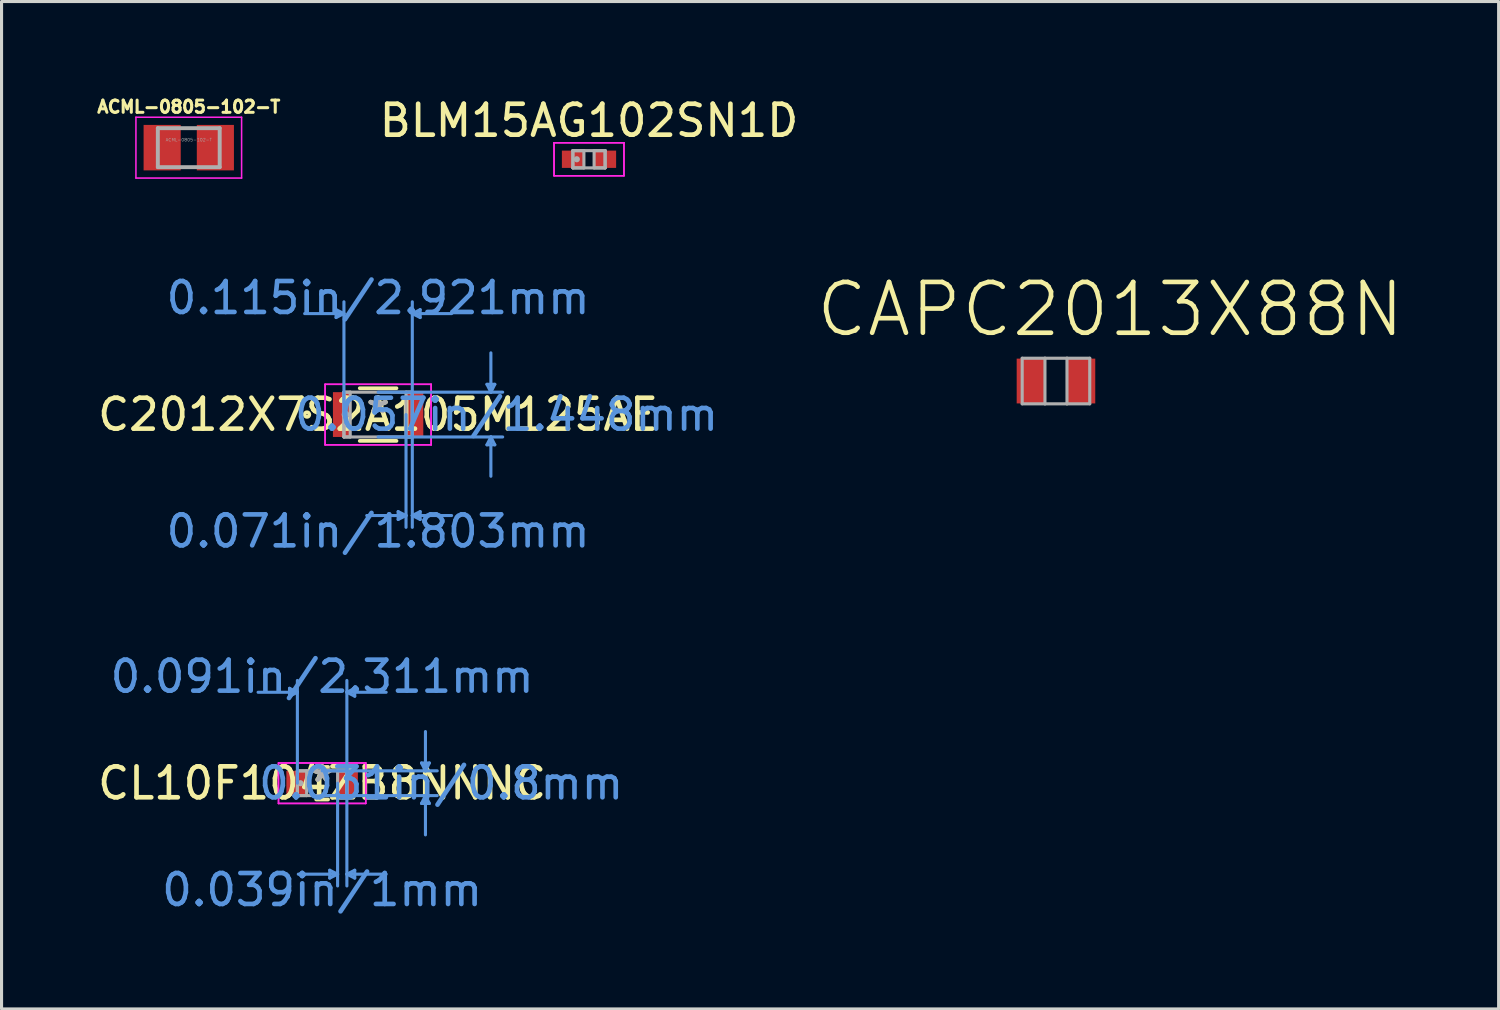
<source format=kicad_pcb>
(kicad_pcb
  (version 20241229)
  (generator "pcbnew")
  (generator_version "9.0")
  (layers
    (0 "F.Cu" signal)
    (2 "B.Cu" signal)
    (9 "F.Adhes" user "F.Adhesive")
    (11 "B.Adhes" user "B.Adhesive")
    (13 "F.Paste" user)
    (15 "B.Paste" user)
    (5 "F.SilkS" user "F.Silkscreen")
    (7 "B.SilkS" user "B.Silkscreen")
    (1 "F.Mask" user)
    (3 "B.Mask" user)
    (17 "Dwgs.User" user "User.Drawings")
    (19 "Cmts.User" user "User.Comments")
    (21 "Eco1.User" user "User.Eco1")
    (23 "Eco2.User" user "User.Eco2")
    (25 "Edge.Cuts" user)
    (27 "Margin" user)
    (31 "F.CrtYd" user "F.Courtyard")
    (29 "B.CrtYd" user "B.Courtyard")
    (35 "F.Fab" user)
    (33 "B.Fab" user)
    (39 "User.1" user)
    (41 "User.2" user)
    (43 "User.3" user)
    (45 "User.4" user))
  (footprint "BLM15AG102SN1D"
    (layer "F.Cu")
    (at 15.99 2.098)
    (property "Reference" "BLM15AG102SN1D" (at 0 -1.25 0) (layer "F.SilkS") (effects (font (size 1 1) (thickness 0.15))))
    (attr through_hole)
    (fp_line (start -1.13 -0.533) (end 1.13 -0.533) (stroke (width 0.05) (type solid)) (layer "F.CrtYd"))
    (fp_line (start -1.13 -0.533) (end 1.13 -0.533) (stroke (width 0.05) (type solid)) (layer "F.CrtYd"))
    (fp_line (start -1.13 0.533) (end -1.13 -0.533) (stroke (width 0.05) (type solid)) (layer "F.CrtYd"))
    (fp_line (start -1.13 0.533) (end -1.13 -0.533) (stroke (width 0.05) (type solid)) (layer "F.CrtYd"))
    (fp_line (start 1.13 -0.533) (end 1.13 0.533) (stroke (width 0.05) (type solid)) (layer "F.CrtYd"))
    (fp_line (start 1.13 -0.533) (end 1.13 0.533) (stroke (width 0.05) (type solid)) (layer "F.CrtYd"))
    (fp_line (start 1.13 0.533) (end -1.13 0.533) (stroke (width 0.05) (type solid)) (layer "F.CrtYd"))
    (fp_line (start 1.13 0.533) (end -1.13 0.533) (stroke (width 0.05) (type solid)) (layer "F.CrtYd"))
    (fp_line (start -0.521 -0.279) (end -0.521 0.279) (stroke (width 0.1) (type solid)) (layer "F.Fab"))
    (fp_line (start -0.521 -0.279) (end -0.521 0.279) (stroke (width 0.1) (type solid)) (layer "F.Fab"))
    (fp_line (start -0.521 0.279) (end -0.165 0.279) (stroke (width 0.1) (type solid)) (layer "F.Fab"))
    (fp_line (start -0.521 0.279) (end 0.521 0.279) (stroke (width 0.1) (type solid)) (layer "F.Fab"))
    (fp_line (start -0.165 -0.279) (end -0.521 -0.279) (stroke (width 0.1) (type solid)) (layer "F.Fab"))
    (fp_line (start -0.165 0.279) (end -0.165 -0.279) (stroke (width 0.1) (type solid)) (layer "F.Fab"))
    (fp_line (start 0.165 -0.279) (end 0.165 0.279) (stroke (width 0.1) (type solid)) (layer "F.Fab"))
    (fp_line (start 0.165 0.279) (end 0.521 0.279) (stroke (width 0.1) (type solid)) (layer "F.Fab"))
    (fp_line (start 0.521 -0.279) (end -0.521 -0.279) (stroke (width 0.1) (type solid)) (layer "F.Fab"))
    (fp_line (start 0.521 -0.279) (end 0.165 -0.279) (stroke (width 0.1) (type solid)) (layer "F.Fab"))
    (fp_line (start 0.521 0.279) (end 0.521 -0.279) (stroke (width 0.1) (type solid)) (layer "F.Fab"))
    (fp_line (start 0.521 0.279) (end 0.521 -0.279) (stroke (width 0.1) (type solid)) (layer "F.Fab"))
    (fp_circle (center -0.394 0) (end -0.394 0) (stroke (width 0.1) (type solid)) (fill no) (layer "F.Fab"))
    (pad "1" smd rect (at -0.521 0) (size 0.711 0.559) (layers "F.Cu" "F.Mask" "F.Paste"))
    (pad "2" smd rect (at 0.521 0) (size 0.711 0.559) (layers "F.Cu" "F.Mask" "F.Paste")))
  (footprint "CL10F104ZB8NNNC"
    (layer "F.Cu")
    (at 7.363 22.268)
    (property "Reference" "CL10F104ZB8NNNC" (at 0 0 0) (layer "F.SilkS") (effects (font (size 1 1) (thickness 0.15))))
    (attr through_hole)
    (fp_line (start -0.192 0.527) (end 0.192 0.527) (stroke (width 0.12) (type solid)) (layer "F.SilkS"))
    (fp_line (start 0.192 -0.527) (end -0.192 -0.527) (stroke (width 0.12) (type solid)) (layer "F.SilkS"))
    (fp_line (start -1.054 -3.067) (end -1.054 -2.813) (stroke (width 0.1) (type solid)) (layer "Cmts.User"))
    (fp_line (start -0.8 -2.94) (end -2.07 -2.94) (stroke (width 0.1) (type solid)) (layer "Cmts.User"))
    (fp_line (start -0.8 -2.94) (end -1.054 -3.067) (stroke (width 0.1) (type solid)) (layer "Cmts.User"))
    (fp_line (start -0.8 -2.94) (end -1.054 -2.813) (stroke (width 0.1) (type solid)) (layer "Cmts.User"))
    (fp_line (start -0.8 0) (end -0.8 -3.321) (stroke (width 0.1) (type solid)) (layer "Cmts.User"))
    (fp_line (start 0 -0.4) (end 3.721 -0.4) (stroke (width 0.1) (type solid)) (layer "Cmts.User"))
    (fp_line (start 0 0.4) (end 3.721 0.4) (stroke (width 0.1) (type solid)) (layer "Cmts.User"))
    (fp_line (start 0.246 2.813) (end 0.246 3.067) (stroke (width 0.1) (type solid)) (layer "Cmts.User"))
    (fp_line (start 0.5 0) (end 0.5 3.321) (stroke (width 0.1) (type solid)) (layer "Cmts.User"))
    (fp_line (start 0.5 2.94) (end -0.77 2.94) (stroke (width 0.1) (type solid)) (layer "Cmts.User"))
    (fp_line (start 0.5 2.94) (end 0.246 2.813) (stroke (width 0.1) (type solid)) (layer "Cmts.User"))
    (fp_line (start 0.5 2.94) (end 0.246 3.067) (stroke (width 0.1) (type solid)) (layer "Cmts.User"))
    (fp_line (start 0.8 -2.94) (end 1.054 -3.067) (stroke (width 0.1) (type solid)) (layer "Cmts.User"))
    (fp_line (start 0.8 -2.94) (end 1.054 -2.813) (stroke (width 0.1) (type solid)) (layer "Cmts.User"))
    (fp_line (start 0.8 -2.94) (end 2.07 -2.94) (stroke (width 0.1) (type solid)) (layer "Cmts.User"))
    (fp_line (start 0.8 0) (end 0.8 -3.321) (stroke (width 0.1) (type solid)) (layer "Cmts.User"))
    (fp_line (start 0.8 0) (end 0.8 3.321) (stroke (width 0.1) (type solid)) (layer "Cmts.User"))
    (fp_line (start 0.8 2.94) (end 1.054 2.813) (stroke (width 0.1) (type solid)) (layer "Cmts.User"))
    (fp_line (start 0.8 2.94) (end 1.054 3.067) (stroke (width 0.1) (type solid)) (layer "Cmts.User"))
    (fp_line (start 0.8 2.94) (end 2.07 2.94) (stroke (width 0.1) (type solid)) (layer "Cmts.User"))
    (fp_line (start 1.054 -3.067) (end 1.054 -2.813) (stroke (width 0.1) (type solid)) (layer "Cmts.User"))
    (fp_line (start 1.054 2.813) (end 1.054 3.067) (stroke (width 0.1) (type solid)) (layer "Cmts.User"))
    (fp_line (start 3.213 -0.654) (end 3.467 -0.654) (stroke (width 0.1) (type solid)) (layer "Cmts.User"))
    (fp_line (start 3.213 0.654) (end 3.467 0.654) (stroke (width 0.1) (type solid)) (layer "Cmts.User"))
    (fp_line (start 3.34 -0.4) (end 3.213 -0.654) (stroke (width 0.1) (type solid)) (layer "Cmts.User"))
    (fp_line (start 3.34 -0.4) (end 3.34 -1.67) (stroke (width 0.1) (type solid)) (layer "Cmts.User"))
    (fp_line (start 3.34 -0.4) (end 3.467 -0.654) (stroke (width 0.1) (type solid)) (layer "Cmts.User"))
    (fp_line (start 3.34 0.4) (end 3.213 0.654) (stroke (width 0.1) (type solid)) (layer "Cmts.User"))
    (fp_line (start 3.34 0.4) (end 3.34 1.67) (stroke (width 0.1) (type solid)) (layer "Cmts.User"))
    (fp_line (start 3.34 0.4) (end 3.467 0.654) (stroke (width 0.1) (type solid)) (layer "Cmts.User"))
    (fp_line (start -1.41 -0.654) (end 1.41 -0.654) (stroke (width 0.05) (type solid)) (layer "F.CrtYd"))
    (fp_line (start -1.41 -0.654) (end 1.41 -0.654) (stroke (width 0.05) (type solid)) (layer "F.CrtYd"))
    (fp_line (start -1.41 0.654) (end -1.41 -0.654) (stroke (width 0.05) (type solid)) (layer "F.CrtYd"))
    (fp_line (start -1.41 0.654) (end -1.41 -0.654) (stroke (width 0.05) (type solid)) (layer "F.CrtYd"))
    (fp_line (start 1.41 -0.654) (end 1.41 0.654) (stroke (width 0.05) (type solid)) (layer "F.CrtYd"))
    (fp_line (start 1.41 -0.654) (end 1.41 0.654) (stroke (width 0.05) (type solid)) (layer "F.CrtYd"))
    (fp_line (start 1.41 0.654) (end -1.41 0.654) (stroke (width 0.05) (type solid)) (layer "F.CrtYd"))
    (fp_line (start 1.41 0.654) (end -1.41 0.654) (stroke (width 0.05) (type solid)) (layer "F.CrtYd"))
    (fp_line (start -0.8 -0.4) (end -0.8 0.4) (stroke (width 0.1) (type solid)) (layer "F.Fab"))
    (fp_line (start -0.8 -0.4) (end -0.8 0.4) (stroke (width 0.1) (type solid)) (layer "F.Fab"))
    (fp_line (start -0.8 0.4) (end -0.5 0.4) (stroke (width 0.1) (type solid)) (layer "F.Fab"))
    (fp_line (start -0.8 0.4) (end 0.8 0.4) (stroke (width 0.1) (type solid)) (layer "F.Fab"))
    (fp_line (start -0.5 -0.4) (end -0.8 -0.4) (stroke (width 0.1) (type solid)) (layer "F.Fab"))
    (fp_line (start -0.5 0.4) (end -0.5 -0.4) (stroke (width 0.1) (type solid)) (layer "F.Fab"))
    (fp_line (start 0.5 -0.4) (end 0.5 0.4) (stroke (width 0.1) (type solid)) (layer "F.Fab"))
    (fp_line (start 0.5 0.4) (end 0.8 0.4) (stroke (width 0.1) (type solid)) (layer "F.Fab"))
    (fp_line (start 0.8 -0.4) (end -0.8 -0.4) (stroke (width 0.1) (type solid)) (layer "F.Fab"))
    (fp_line (start 0.8 -0.4) (end 0.5 -0.4) (stroke (width 0.1) (type solid)) (layer "F.Fab"))
    (fp_line (start 0.8 0.4) (end 0.8 -0.4) (stroke (width 0.1) (type solid)) (layer "F.Fab"))
    (fp_line (start 0.8 0.4) (end 0.8 -0.4) (stroke (width 0.1) (type solid)) (layer "F.Fab"))
    (fp_circle (center -0.701 0) (end -0.701 0) (stroke (width 0.1) (type solid)) (fill no) (layer "F.Fab"))
    (fp_text user "*" (at 0 0 0) (layer "F.SilkS") (effects (font (size 1 1) (thickness 0.15))))
    (fp_text user "0.031in/0.8mm" (at 3.848 0 0) (layer "Cmts.User") (effects (font (size 1 1) (thickness 0.15))))
    (fp_text user "0.091in/2.311mm" (at 0 -3.448 0) (layer "Cmts.User") (effects (font (size 1 1) (thickness 0.15))))
    (fp_text user "0.039in/1mm" (at 0 3.448 0) (layer "Cmts.User") (effects (font (size 1 1) (thickness 0.15))))
    (fp_text user "*" (at 0 0 0) (layer "F.Fab") (effects (font (size 1 1) (thickness 0.15))))
    (pad "1" smd rect (at -0.828 0) (size 0.656 0.8) (layers "F.Cu" "F.Mask" "F.Paste"))
    (pad "2" smd rect (at 0.828 0) (size 0.656 0.8) (layers "F.Cu" "F.Mask" "F.Paste")))
  (footprint "CAPC2013X88N"
    (layer "F.Cu")
    (at 31.085 9.267)
    (property "Reference" "CAPC2013X88N" (at 1.754 -2.313 0) (layer "F.SilkS") (effects (font (size 1.641 1.641) (thickness 0.15))))
    (attr through_hole)
    (fp_line (start -1.092 -0.737) (end -1.092 0.737) (stroke (width 0.1) (type solid)) (layer "F.Fab"))
    (fp_line (start -1.092 0.737) (end -0.356 0.737) (stroke (width 0.1) (type solid)) (layer "F.Fab"))
    (fp_line (start -0.356 -0.737) (end -1.092 -0.737) (stroke (width 0.1) (type solid)) (layer "F.Fab"))
    (fp_line (start -0.356 0.737) (end -0.356 -0.737) (stroke (width 0.1) (type solid)) (layer "F.Fab"))
    (fp_line (start -0.356 0.737) (end 0.356 0.737) (stroke (width 0.1) (type solid)) (layer "F.Fab"))
    (fp_line (start 0.356 -0.737) (end -0.356 -0.737) (stroke (width 0.1) (type solid)) (layer "F.Fab"))
    (fp_line (start 0.356 -0.737) (end 0.356 0.737) (stroke (width 0.1) (type solid)) (layer "F.Fab"))
    (fp_line (start 0.356 0.737) (end 1.092 0.737) (stroke (width 0.1) (type solid)) (layer "F.Fab"))
    (fp_line (start 1.092 -0.737) (end 0.356 -0.737) (stroke (width 0.1) (type solid)) (layer "F.Fab"))
    (fp_line (start 1.092 0.737) (end 1.092 -0.737) (stroke (width 0.1) (type solid)) (layer "F.Fab"))
    (pad "1" smd rect (at -0.813 0) (size 0.914 1.448) (layers "F.Cu" "F.Mask" "F.Paste"))
    (pad "2" smd rect (at 0.813 0) (size 0.914 1.448) (layers "F.Cu" "F.Mask" "F.Paste")))
  (footprint "C2012X7S2A105M125AE"
    (layer "F.Cu")
    (at 9.173 10.351)
    (property "Reference" "C2012X7S2A105M125AE" (at 0 0 0) (layer "F.SilkS") (effects (font (size 1 1) (thickness 0.15))))
    (attr through_hole)
    (fp_line (start -0.594 0.851) (end 0.594 0.851) (stroke (width 0.12) (type solid)) (layer "F.SilkS"))
    (fp_line (start 0.594 -0.851) (end -0.594 -0.851) (stroke (width 0.12) (type solid)) (layer "F.SilkS"))
    (fp_circle (center -2.299 0) (end -2.223 0) (stroke (width 0.12) (type solid)) (fill no) (layer "F.SilkS"))
    (fp_line (start -1.359 -3.391) (end -1.359 -3.137) (stroke (width 0.1) (type solid)) (layer "Cmts.User"))
    (fp_line (start -1.105 -3.264) (end -2.375 -3.264) (stroke (width 0.1) (type solid)) (layer "Cmts.User"))
    (fp_line (start -1.105 -3.264) (end -1.359 -3.391) (stroke (width 0.1) (type solid)) (layer "Cmts.User"))
    (fp_line (start -1.105 -3.264) (end -1.359 -3.137) (stroke (width 0.1) (type solid)) (layer "Cmts.User"))
    (fp_line (start -1.105 0) (end -1.105 -3.645) (stroke (width 0.1) (type solid)) (layer "Cmts.User"))
    (fp_line (start 0 -0.724) (end 4.026 -0.724) (stroke (width 0.1) (type solid)) (layer "Cmts.User"))
    (fp_line (start 0 0.724) (end 4.026 0.724) (stroke (width 0.1) (type solid)) (layer "Cmts.User"))
    (fp_line (start 0.648 3.137) (end 0.648 3.391) (stroke (width 0.1) (type solid)) (layer "Cmts.User"))
    (fp_line (start 0.902 0) (end 0.902 3.645) (stroke (width 0.1) (type solid)) (layer "Cmts.User"))
    (fp_line (start 0.902 3.264) (end -0.368 3.264) (stroke (width 0.1) (type solid)) (layer "Cmts.User"))
    (fp_line (start 0.902 3.264) (end 0.648 3.137) (stroke (width 0.1) (type solid)) (layer "Cmts.User"))
    (fp_line (start 0.902 3.264) (end 0.648 3.391) (stroke (width 0.1) (type solid)) (layer "Cmts.User"))
    (fp_line (start 1.105 -3.264) (end 1.359 -3.391) (stroke (width 0.1) (type solid)) (layer "Cmts.User"))
    (fp_line (start 1.105 -3.264) (end 1.359 -3.137) (stroke (width 0.1) (type solid)) (layer "Cmts.User"))
    (fp_line (start 1.105 -3.264) (end 2.375 -3.264) (stroke (width 0.1) (type solid)) (layer "Cmts.User"))
    (fp_line (start 1.105 0) (end 1.105 -3.645) (stroke (width 0.1) (type solid)) (layer "Cmts.User"))
    (fp_line (start 1.105 0) (end 1.105 3.645) (stroke (width 0.1) (type solid)) (layer "Cmts.User"))
    (fp_line (start 1.105 3.264) (end 1.359 3.137) (stroke (width 0.1) (type solid)) (layer "Cmts.User"))
    (fp_line (start 1.105 3.264) (end 1.359 3.391) (stroke (width 0.1) (type solid)) (layer "Cmts.User"))
    (fp_line (start 1.105 3.264) (end 2.375 3.264) (stroke (width 0.1) (type solid)) (layer "Cmts.User"))
    (fp_line (start 1.359 -3.391) (end 1.359 -3.137) (stroke (width 0.1) (type solid)) (layer "Cmts.User"))
    (fp_line (start 1.359 3.137) (end 1.359 3.391) (stroke (width 0.1) (type solid)) (layer "Cmts.User"))
    (fp_line (start 3.518 -0.978) (end 3.772 -0.978) (stroke (width 0.1) (type solid)) (layer "Cmts.User"))
    (fp_line (start 3.518 0.978) (end 3.772 0.978) (stroke (width 0.1) (type solid)) (layer "Cmts.User"))
    (fp_line (start 3.645 -0.724) (end 3.518 -0.978) (stroke (width 0.1) (type solid)) (layer "Cmts.User"))
    (fp_line (start 3.645 -0.724) (end 3.645 -1.994) (stroke (width 0.1) (type solid)) (layer "Cmts.User"))
    (fp_line (start 3.645 -0.724) (end 3.772 -0.978) (stroke (width 0.1) (type solid)) (layer "Cmts.User"))
    (fp_line (start 3.645 0.724) (end 3.518 0.978) (stroke (width 0.1) (type solid)) (layer "Cmts.User"))
    (fp_line (start 3.645 0.724) (end 3.645 1.994) (stroke (width 0.1) (type solid)) (layer "Cmts.User"))
    (fp_line (start 3.645 0.724) (end 3.772 0.978) (stroke (width 0.1) (type solid)) (layer "Cmts.User"))
    (fp_line (start -1.714 -0.978) (end 1.714 -0.978) (stroke (width 0.05) (type solid)) (layer "F.CrtYd"))
    (fp_line (start -1.714 -0.978) (end 1.714 -0.978) (stroke (width 0.05) (type solid)) (layer "F.CrtYd"))
    (fp_line (start -1.714 0.978) (end -1.714 -0.978) (stroke (width 0.05) (type solid)) (layer "F.CrtYd"))
    (fp_line (start -1.714 0.978) (end -1.714 -0.978) (stroke (width 0.05) (type solid)) (layer "F.CrtYd"))
    (fp_line (start 1.714 -0.978) (end 1.714 0.978) (stroke (width 0.05) (type solid)) (layer "F.CrtYd"))
    (fp_line (start 1.714 -0.978) (end 1.714 0.978) (stroke (width 0.05) (type solid)) (layer "F.CrtYd"))
    (fp_line (start 1.714 0.978) (end -1.714 0.978) (stroke (width 0.05) (type solid)) (layer "F.CrtYd"))
    (fp_line (start 1.714 0.978) (end -1.714 0.978) (stroke (width 0.05) (type solid)) (layer "F.CrtYd"))
    (fp_line (start -1.105 -0.724) (end -1.105 0.724) (stroke (width 0.1) (type solid)) (layer "F.Fab"))
    (fp_line (start -1.105 -0.724) (end -1.105 0.724) (stroke (width 0.1) (type solid)) (layer "F.Fab"))
    (fp_line (start -1.105 0.724) (end -0.902 0.724) (stroke (width 0.1) (type solid)) (layer "F.Fab"))
    (fp_line (start -1.105 0.724) (end 1.105 0.724) (stroke (width 0.1) (type solid)) (layer "F.Fab"))
    (fp_line (start -0.902 -0.724) (end -1.105 -0.724) (stroke (width 0.1) (type solid)) (layer "F.Fab"))
    (fp_line (start -0.902 0.724) (end -0.902 -0.724) (stroke (width 0.1) (type solid)) (layer "F.Fab"))
    (fp_line (start 0.902 -0.724) (end 0.902 0.724) (stroke (width 0.1) (type solid)) (layer "F.Fab"))
    (fp_line (start 0.902 0.724) (end 1.105 0.724) (stroke (width 0.1) (type solid)) (layer "F.Fab"))
    (fp_line (start 1.105 -0.724) (end -1.105 -0.724) (stroke (width 0.1) (type solid)) (layer "F.Fab"))
    (fp_line (start 1.105 -0.724) (end 0.902 -0.724) (stroke (width 0.1) (type solid)) (layer "F.Fab"))
    (fp_line (start 1.105 0.724) (end 1.105 -0.724) (stroke (width 0.1) (type solid)) (layer "F.Fab"))
    (fp_line (start 1.105 0.724) (end 1.105 -0.724) (stroke (width 0.1) (type solid)) (layer "F.Fab"))
    (fp_circle (center -1.054 0) (end -0.978 0) (stroke (width 0.1) (type solid)) (fill no) (layer "F.Fab"))
    (fp_text user "*" (at 0 0 0) (layer "F.SilkS") (effects (font (size 1 1) (thickness 0.15))))
    (fp_text user "0.115in/2.921mm" (at 0 -3.772 0) (layer "Cmts.User") (effects (font (size 1 1) (thickness 0.15))))
    (fp_text user "0.071in/1.803mm" (at 0 3.772 0) (layer "Cmts.User") (effects (font (size 1 1) (thickness 0.15))))
    (fp_text user "0.057in/1.448mm" (at 4.153 0 0) (layer "Cmts.User") (effects (font (size 1 1) (thickness 0.15))))
    (fp_text user "*" (at 0 0 0) (layer "F.Fab") (effects (font (size 1 1) (thickness 0.15))))
    (pad "1" smd rect (at -1.181 0) (size 0.559 1.448) (layers "F.Cu" "F.Mask" "F.Paste"))
    (pad "2" smd rect (at 1.181 0) (size 0.559 1.448) (layers "F.Cu" "F.Mask" "F.Paste")))
  (footprint "ACML-0805-102-T"
    (layer "F.Cu")
    (at 3.052 1.723)
    (property "Reference" "ACML-0805-102-T" (at 0 -1.32 0) (layer "F.SilkS") (effects (font (size 0.394 0.394) (thickness 0.15))))
    (attr through_hole)
    (fp_line (start -1.708 -0.983) (end 1.708 -0.983) (stroke (width 0.05) (type solid)) (layer "F.CrtYd"))
    (fp_line (start -1.708 0.983) (end -1.708 -0.983) (stroke (width 0.05) (type solid)) (layer "F.CrtYd"))
    (fp_line (start -1.708 0.983) (end 1.708 0.983) (stroke (width 0.05) (type solid)) (layer "F.CrtYd"))
    (fp_line (start 1.708 0.983) (end 1.708 -0.983) (stroke (width 0.05) (type solid)) (layer "F.CrtYd"))
    (fp_line (start -1 0.63) (end -1 -0.63) (stroke (width 0.127) (type solid)) (layer "F.Fab"))
    (fp_line (start 1 -0.63) (end -1 -0.63) (stroke (width 0.127) (type solid)) (layer "F.Fab"))
    (fp_line (start 1 0.63) (end -1 0.63) (stroke (width 0.127) (type solid)) (layer "F.Fab"))
    (fp_line (start 1 0.63) (end 1 -0.63) (stroke (width 0.127) (type solid)) (layer "F.Fab"))
    (fp_text user "${REFERENCE}" (at 0 -0.254 0) (unlocked yes) (layer "F.Fab") (effects (font (size 0.1 0.1) (thickness 0.01))))
    (pad "1" smd rect (at -0.86 0) (size 1.2 1.47) (layers "F.Cu" "F.Mask" "F.Paste"))
    (pad "2" smd rect (at 0.86 0) (size 1.2 1.47) (layers "F.Cu" "F.Mask" "F.Paste")))
  (gr_rect
    (start -3 -3)
    (end 45.394 29.564)
    (stroke (width 0.1) (type default))
    (fill no)
    (layer "Edge.Cuts")))
</source>
